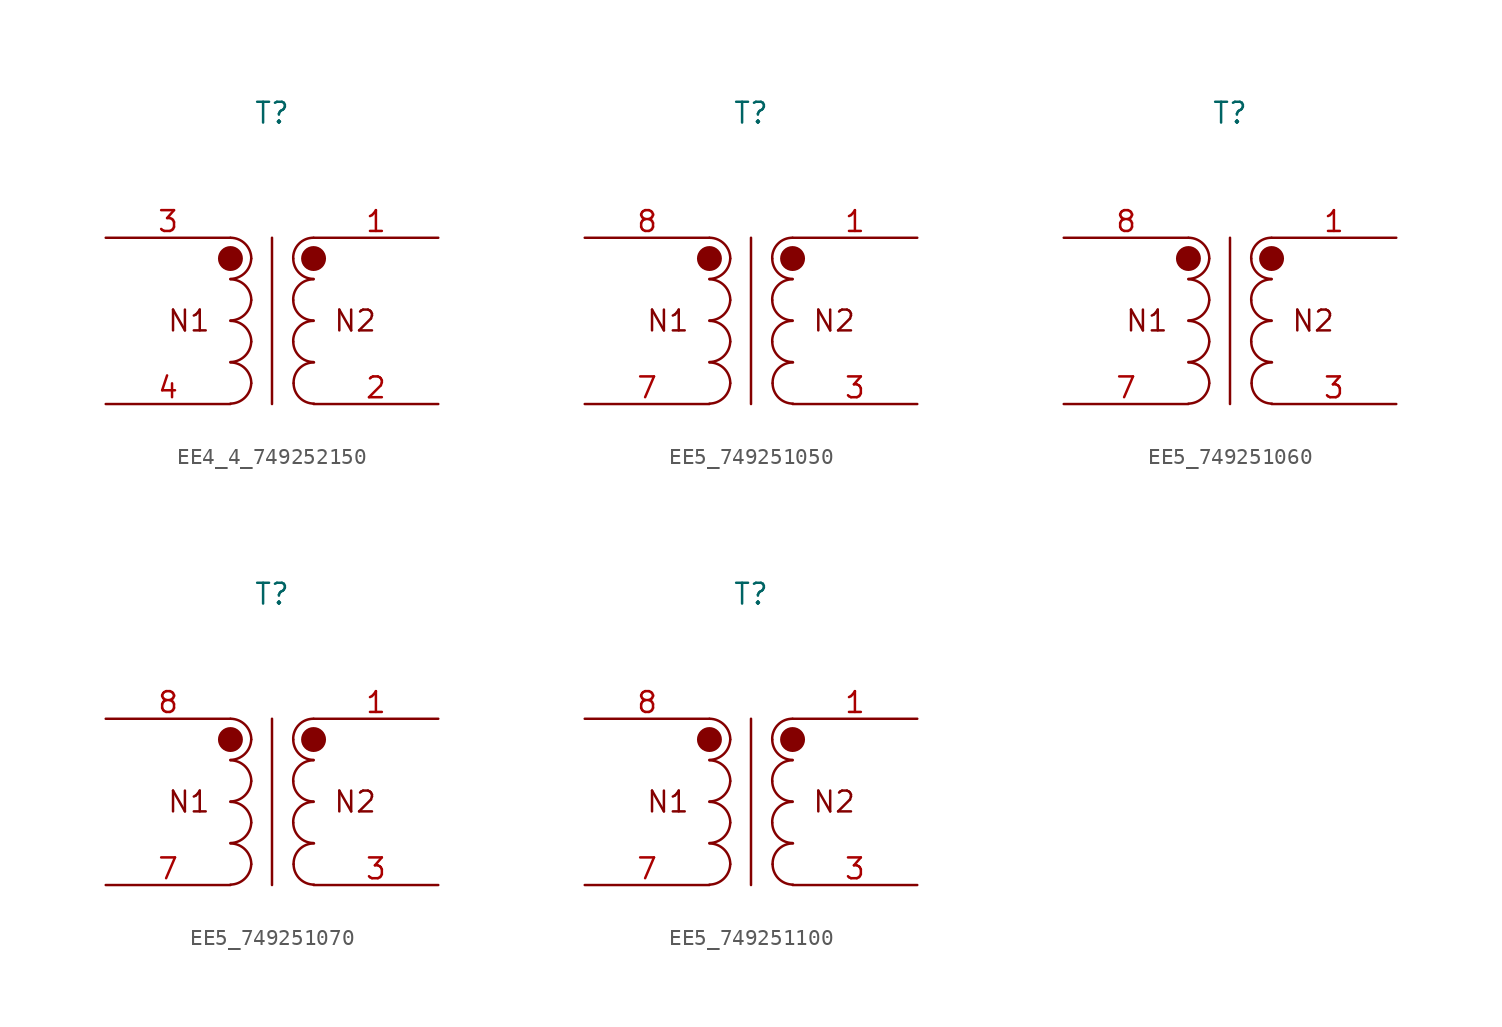
<source format=kicad_sym>
(kicad_symbol_lib
  (version 20220914)
  (generator kicad_symbol_editor)
  (symbol "EE4_4_749252150"
    (pin_names hide)
    (property "Reference" "T"
      (at 0 12.7 0)
      (effects (font (size 1.27 1.27))))
    (property "Critical Parameter" ""
      (at 0 -5.08 0)
      (effects (font (size 1.27 1.27))))
    (symbol "EE4_4_749252150_0_1"
      (arc (start -2.54 -5.0546) (mid -1.6599 -4.6901) (end -1.27 -3.81) (stroke (width 0) (type default)) (fill (type none)))
      (arc (start -2.54 -2.5146) (mid -1.6599 -2.1501) (end -1.27 -1.27) (stroke (width 0) (type default)) (fill (type none)))
      (arc (start -2.54 0.0254) (mid -1.6599 0.3899) (end -1.27 1.27) (stroke (width 0) (type default)) (fill (type none)))
      (arc (start -2.54 2.5654) (mid -1.6599 2.9299) (end -1.27 3.81) (stroke (width 0) (type default)) (fill (type none)))
      (arc (start -1.27 -3.81) (mid -1.642 -2.912) (end -2.54 -2.54) (stroke (width 0) (type default)) (fill (type none)))
      (arc (start -1.27 -1.27) (mid -1.642 -0.372) (end -2.54 0) (stroke (width 0) (type default)) (fill (type none)))
      (arc (start -1.27 1.27) (mid -1.642 2.168) (end -2.54 2.54) (stroke (width 0) (type default)) (fill (type none)))
      (arc (start -1.27 3.81) (mid -1.642 4.708) (end -2.54 5.08) (stroke (width 0) (type default)) (fill (type none)))
      (polyline (pts (xy 0 5.08) (xy 0 -5.08)) (stroke (width 0) (type default)) (fill (type none)))
      (arc (start 1.2954 -1.27) (mid 1.6599 -2.1501) (end 2.54 -2.5146) (stroke (width 0) (type default)) (fill (type none)))
      (arc (start 1.2954 1.27) (mid 1.6599 0.3899) (end 2.54 0.0254) (stroke (width 0) (type default)) (fill (type none)))
      (arc (start 1.2954 3.81) (mid 1.6599 2.9299) (end 2.54 2.5654) (stroke (width 0) (type default)) (fill (type none)))
      (arc (start 1.3208 -3.81) (mid 1.6853 -4.6901) (end 2.5654 -5.0546) (stroke (width 0) (type default)) (fill (type none)))
      (arc (start 2.54 0) (mid 1.642 -0.372) (end 1.2954 -1.27) (stroke (width 0) (type default)) (fill (type none)))
      (arc (start 2.54 2.54) (mid 1.642 2.168) (end 1.2954 1.27) (stroke (width 0) (type default)) (fill (type none)))
      (arc (start 2.54 5.08) (mid 1.642 4.708) (end 1.2954 3.81) (stroke (width 0) (type default)) (fill (type none)))
      (arc (start 2.5654 -2.54) (mid 1.6674 -2.912) (end 1.3208 -3.81) (stroke (width 0) (type default)) (fill (type none))))
    (symbol "EE4_4_749252150_1_1"
      (circle (center -2.54 3.81) (radius 0.0001) (stroke (width 0.762) (type default)) (fill (type none)))
      (circle (center 2.54 3.81) (radius 0.0001) (stroke (width 0.762) (type default)) (fill (type none)))
      (text "N1" (at -5.08 0 0) (effects (font (size 1.27 1.27))))
      (text "N2" (at 5.08 0 0) (effects (font (size 1.27 1.27))))
      (pin passive line (at -10.16 5.08 0) (length 7.62) (name "3" (effects (font (size 1.27 1.27)))) (number "3" (effects (font (size 1.27 1.27)))))
      (pin passive line (at -10.16 -5.08 0) (length 7.62) (name "4" (effects (font (size 1.27 1.27)))) (number "4" (effects (font (size 1.27 1.27)))))
      (pin passive line (at 10.16 -5.08 180) (length 7.62) (name "2" (effects (font (size 1.27 1.27)))) (number "2" (effects (font (size 1.27 1.27)))))
      (pin passive line (at 10.16 5.08 180) (length 7.62) (name "1" (effects (font (size 1.27 1.27)))) (number "1" (effects (font (size 1.27 1.27)))))))
  (symbol "EE5_749251050"
    (pin_names hide)
    (property "Reference" "T"
      (at 0 12.7 0)
      (effects (font (size 1.27 1.27))))
    (property "Critical Parameter" ""
      (at 0 -5.08 0)
      (effects (font (size 1.27 1.27))))
    (symbol "EE5_749251050_0_1"
      (arc (start -2.54 -5.0546) (mid -1.6599 -4.6901) (end -1.27 -3.81) (stroke (width 0) (type default)) (fill (type none)))
      (arc (start -2.54 -2.5146) (mid -1.6599 -2.1501) (end -1.27 -1.27) (stroke (width 0) (type default)) (fill (type none)))
      (arc (start -2.54 0.0254) (mid -1.6599 0.3899) (end -1.27 1.27) (stroke (width 0) (type default)) (fill (type none)))
      (arc (start -2.54 2.5654) (mid -1.6599 2.9299) (end -1.27 3.81) (stroke (width 0) (type default)) (fill (type none)))
      (arc (start -1.27 -3.81) (mid -1.642 -2.912) (end -2.54 -2.54) (stroke (width 0) (type default)) (fill (type none)))
      (arc (start -1.27 -1.27) (mid -1.642 -0.372) (end -2.54 0) (stroke (width 0) (type default)) (fill (type none)))
      (arc (start -1.27 1.27) (mid -1.642 2.168) (end -2.54 2.54) (stroke (width 0) (type default)) (fill (type none)))
      (arc (start -1.27 3.81) (mid -1.642 4.708) (end -2.54 5.08) (stroke (width 0) (type default)) (fill (type none)))
      (polyline (pts (xy 0 5.08) (xy 0 -5.08)) (stroke (width 0) (type default)) (fill (type none)))
      (arc (start 1.2954 -1.27) (mid 1.6599 -2.1501) (end 2.54 -2.5146) (stroke (width 0) (type default)) (fill (type none)))
      (arc (start 1.2954 1.27) (mid 1.6599 0.3899) (end 2.54 0.0254) (stroke (width 0) (type default)) (fill (type none)))
      (arc (start 1.2954 3.81) (mid 1.6599 2.9299) (end 2.54 2.5654) (stroke (width 0) (type default)) (fill (type none)))
      (arc (start 1.3208 -3.81) (mid 1.6853 -4.6901) (end 2.5654 -5.0546) (stroke (width 0) (type default)) (fill (type none)))
      (arc (start 2.54 0) (mid 1.642 -0.372) (end 1.2954 -1.27) (stroke (width 0) (type default)) (fill (type none)))
      (arc (start 2.54 2.54) (mid 1.642 2.168) (end 1.2954 1.27) (stroke (width 0) (type default)) (fill (type none)))
      (arc (start 2.54 5.08) (mid 1.642 4.708) (end 1.2954 3.81) (stroke (width 0) (type default)) (fill (type none)))
      (arc (start 2.5654 -2.54) (mid 1.6674 -2.912) (end 1.3208 -3.81) (stroke (width 0) (type default)) (fill (type none))))
    (symbol "EE5_749251050_1_1"
      (circle (center -2.54 3.81) (radius 0.0001) (stroke (width 0.762) (type default)) (fill (type none)))
      (circle (center 2.54 3.81) (radius 0.0001) (stroke (width 0.762) (type default)) (fill (type none)))
      (text "N1" (at -5.08 0 0) (effects (font (size 1.27 1.27))))
      (text "N2" (at 5.08 0 0) (effects (font (size 1.27 1.27))))
      (pin passive line (at -10.16 5.08 0) (length 7.62) (name "8" (effects (font (size 1.27 1.27)))) (number "8" (effects (font (size 1.27 1.27)))))
      (pin passive line (at -10.16 -5.08 0) (length 7.62) (name "7" (effects (font (size 1.27 1.27)))) (number "7" (effects (font (size 1.27 1.27)))))
      (pin passive line (at 10.16 -5.08 180) (length 7.62) (name "3" (effects (font (size 1.27 1.27)))) (number "3" (effects (font (size 1.27 1.27)))))
      (pin passive line (at 10.16 5.08 180) (length 7.62) (name "1" (effects (font (size 1.27 1.27)))) (number "1" (effects (font (size 1.27 1.27)))))))
  (symbol "EE5_749251060"
    (pin_names hide)
    (property "Reference" "T"
      (at 0 12.7 0)
      (effects (font (size 1.27 1.27))))
    (property "Critical Parameter" ""
      (at 0 -5.08 0)
      (effects (font (size 1.27 1.27))))
    (symbol "EE5_749251060_0_1"
      (arc (start -2.54 -5.0546) (mid -1.6599 -4.6901) (end -1.27 -3.81) (stroke (width 0) (type default)) (fill (type none)))
      (arc (start -2.54 -2.5146) (mid -1.6599 -2.1501) (end -1.27 -1.27) (stroke (width 0) (type default)) (fill (type none)))
      (arc (start -2.54 0.0254) (mid -1.6599 0.3899) (end -1.27 1.27) (stroke (width 0) (type default)) (fill (type none)))
      (arc (start -2.54 2.5654) (mid -1.6599 2.9299) (end -1.27 3.81) (stroke (width 0) (type default)) (fill (type none)))
      (arc (start -1.27 -3.81) (mid -1.642 -2.912) (end -2.54 -2.54) (stroke (width 0) (type default)) (fill (type none)))
      (arc (start -1.27 -1.27) (mid -1.642 -0.372) (end -2.54 0) (stroke (width 0) (type default)) (fill (type none)))
      (arc (start -1.27 1.27) (mid -1.642 2.168) (end -2.54 2.54) (stroke (width 0) (type default)) (fill (type none)))
      (arc (start -1.27 3.81) (mid -1.642 4.708) (end -2.54 5.08) (stroke (width 0) (type default)) (fill (type none)))
      (polyline (pts (xy 0 5.08) (xy 0 -5.08)) (stroke (width 0) (type default)) (fill (type none)))
      (arc (start 1.2954 -1.27) (mid 1.6599 -2.1501) (end 2.54 -2.5146) (stroke (width 0) (type default)) (fill (type none)))
      (arc (start 1.2954 1.27) (mid 1.6599 0.3899) (end 2.54 0.0254) (stroke (width 0) (type default)) (fill (type none)))
      (arc (start 1.2954 3.81) (mid 1.6599 2.9299) (end 2.54 2.5654) (stroke (width 0) (type default)) (fill (type none)))
      (arc (start 1.3208 -3.81) (mid 1.6853 -4.6901) (end 2.5654 -5.0546) (stroke (width 0) (type default)) (fill (type none)))
      (arc (start 2.54 0) (mid 1.642 -0.372) (end 1.2954 -1.27) (stroke (width 0) (type default)) (fill (type none)))
      (arc (start 2.54 2.54) (mid 1.642 2.168) (end 1.2954 1.27) (stroke (width 0) (type default)) (fill (type none)))
      (arc (start 2.54 5.08) (mid 1.642 4.708) (end 1.2954 3.81) (stroke (width 0) (type default)) (fill (type none)))
      (arc (start 2.5654 -2.54) (mid 1.6674 -2.912) (end 1.3208 -3.81) (stroke (width 0) (type default)) (fill (type none))))
    (symbol "EE5_749251060_1_1"
      (circle (center -2.54 3.81) (radius 0.0001) (stroke (width 0.762) (type default)) (fill (type none)))
      (circle (center 2.54 3.81) (radius 0.0001) (stroke (width 0.762) (type default)) (fill (type none)))
      (text "N1" (at -5.08 0 0) (effects (font (size 1.27 1.27))))
      (text "N2" (at 5.08 0 0) (effects (font (size 1.27 1.27))))
      (pin passive line (at -10.16 5.08 0) (length 7.62) (name "8" (effects (font (size 1.27 1.27)))) (number "8" (effects (font (size 1.27 1.27)))))
      (pin passive line (at -10.16 -5.08 0) (length 7.62) (name "7" (effects (font (size 1.27 1.27)))) (number "7" (effects (font (size 1.27 1.27)))))
      (pin passive line (at 10.16 -5.08 180) (length 7.62) (name "3" (effects (font (size 1.27 1.27)))) (number "3" (effects (font (size 1.27 1.27)))))
      (pin passive line (at 10.16 5.08 180) (length 7.62) (name "1" (effects (font (size 1.27 1.27)))) (number "1" (effects (font (size 1.27 1.27)))))))
  (symbol "EE5_749251070"
    (pin_names hide)
    (property "Reference" "T"
      (at 0 12.7 0)
      (effects (font (size 1.27 1.27))))
    (property "Critical Parameter" ""
      (at 0 -5.08 0)
      (effects (font (size 1.27 1.27))))
    (symbol "EE5_749251070_0_1"
      (arc (start -2.54 -5.0546) (mid -1.6599 -4.6901) (end -1.27 -3.81) (stroke (width 0) (type default)) (fill (type none)))
      (arc (start -2.54 -2.5146) (mid -1.6599 -2.1501) (end -1.27 -1.27) (stroke (width 0) (type default)) (fill (type none)))
      (arc (start -2.54 0.0254) (mid -1.6599 0.3899) (end -1.27 1.27) (stroke (width 0) (type default)) (fill (type none)))
      (arc (start -2.54 2.5654) (mid -1.6599 2.9299) (end -1.27 3.81) (stroke (width 0) (type default)) (fill (type none)))
      (arc (start -1.27 -3.81) (mid -1.642 -2.912) (end -2.54 -2.54) (stroke (width 0) (type default)) (fill (type none)))
      (arc (start -1.27 -1.27) (mid -1.642 -0.372) (end -2.54 0) (stroke (width 0) (type default)) (fill (type none)))
      (arc (start -1.27 1.27) (mid -1.642 2.168) (end -2.54 2.54) (stroke (width 0) (type default)) (fill (type none)))
      (arc (start -1.27 3.81) (mid -1.642 4.708) (end -2.54 5.08) (stroke (width 0) (type default)) (fill (type none)))
      (polyline (pts (xy 0 5.08) (xy 0 -5.08)) (stroke (width 0) (type default)) (fill (type none)))
      (arc (start 1.2954 -1.27) (mid 1.6599 -2.1501) (end 2.54 -2.5146) (stroke (width 0) (type default)) (fill (type none)))
      (arc (start 1.2954 1.27) (mid 1.6599 0.3899) (end 2.54 0.0254) (stroke (width 0) (type default)) (fill (type none)))
      (arc (start 1.2954 3.81) (mid 1.6599 2.9299) (end 2.54 2.5654) (stroke (width 0) (type default)) (fill (type none)))
      (arc (start 1.3208 -3.81) (mid 1.6853 -4.6901) (end 2.5654 -5.0546) (stroke (width 0) (type default)) (fill (type none)))
      (arc (start 2.54 0) (mid 1.642 -0.372) (end 1.2954 -1.27) (stroke (width 0) (type default)) (fill (type none)))
      (arc (start 2.54 2.54) (mid 1.642 2.168) (end 1.2954 1.27) (stroke (width 0) (type default)) (fill (type none)))
      (arc (start 2.54 5.08) (mid 1.642 4.708) (end 1.2954 3.81) (stroke (width 0) (type default)) (fill (type none)))
      (arc (start 2.5654 -2.54) (mid 1.6674 -2.912) (end 1.3208 -3.81) (stroke (width 0) (type default)) (fill (type none))))
    (symbol "EE5_749251070_1_1"
      (circle (center -2.54 3.81) (radius 0.0001) (stroke (width 0.762) (type default)) (fill (type none)))
      (circle (center 2.54 3.81) (radius 0.0001) (stroke (width 0.762) (type default)) (fill (type none)))
      (text "N1" (at -5.08 0 0) (effects (font (size 1.27 1.27))))
      (text "N2" (at 5.08 0 0) (effects (font (size 1.27 1.27))))
      (pin passive line (at -10.16 5.08 0) (length 7.62) (name "8" (effects (font (size 1.27 1.27)))) (number "8" (effects (font (size 1.27 1.27)))))
      (pin passive line (at -10.16 -5.08 0) (length 7.62) (name "7" (effects (font (size 1.27 1.27)))) (number "7" (effects (font (size 1.27 1.27)))))
      (pin passive line (at 10.16 -5.08 180) (length 7.62) (name "3" (effects (font (size 1.27 1.27)))) (number "3" (effects (font (size 1.27 1.27)))))
      (pin passive line (at 10.16 5.08 180) (length 7.62) (name "1" (effects (font (size 1.27 1.27)))) (number "1" (effects (font (size 1.27 1.27)))))))
  (symbol "EE5_749251100"
    (pin_names hide)
    (property "Reference" "T"
      (at 0 12.7 0)
      (effects (font (size 1.27 1.27))))
    (property "Critical Parameter" ""
      (at 0 -5.08 0)
      (effects (font (size 1.27 1.27))))
    (symbol "EE5_749251100_0_1"
      (arc (start -2.54 -5.0546) (mid -1.6599 -4.6901) (end -1.27 -3.81) (stroke (width 0) (type default)) (fill (type none)))
      (arc (start -2.54 -2.5146) (mid -1.6599 -2.1501) (end -1.27 -1.27) (stroke (width 0) (type default)) (fill (type none)))
      (arc (start -2.54 0.0254) (mid -1.6599 0.3899) (end -1.27 1.27) (stroke (width 0) (type default)) (fill (type none)))
      (arc (start -2.54 2.5654) (mid -1.6599 2.9299) (end -1.27 3.81) (stroke (width 0) (type default)) (fill (type none)))
      (arc (start -1.27 -3.81) (mid -1.642 -2.912) (end -2.54 -2.54) (stroke (width 0) (type default)) (fill (type none)))
      (arc (start -1.27 -1.27) (mid -1.642 -0.372) (end -2.54 0) (stroke (width 0) (type default)) (fill (type none)))
      (arc (start -1.27 1.27) (mid -1.642 2.168) (end -2.54 2.54) (stroke (width 0) (type default)) (fill (type none)))
      (arc (start -1.27 3.81) (mid -1.642 4.708) (end -2.54 5.08) (stroke (width 0) (type default)) (fill (type none)))
      (polyline (pts (xy 0 5.08) (xy 0 -5.08)) (stroke (width 0) (type default)) (fill (type none)))
      (arc (start 1.2954 -1.27) (mid 1.6599 -2.1501) (end 2.54 -2.5146) (stroke (width 0) (type default)) (fill (type none)))
      (arc (start 1.2954 1.27) (mid 1.6599 0.3899) (end 2.54 0.0254) (stroke (width 0) (type default)) (fill (type none)))
      (arc (start 1.2954 3.81) (mid 1.6599 2.9299) (end 2.54 2.5654) (stroke (width 0) (type default)) (fill (type none)))
      (arc (start 1.3208 -3.81) (mid 1.6853 -4.6901) (end 2.5654 -5.0546) (stroke (width 0) (type default)) (fill (type none)))
      (arc (start 2.54 0) (mid 1.642 -0.372) (end 1.2954 -1.27) (stroke (width 0) (type default)) (fill (type none)))
      (arc (start 2.54 2.54) (mid 1.642 2.168) (end 1.2954 1.27) (stroke (width 0) (type default)) (fill (type none)))
      (arc (start 2.54 5.08) (mid 1.642 4.708) (end 1.2954 3.81) (stroke (width 0) (type default)) (fill (type none)))
      (arc (start 2.5654 -2.54) (mid 1.6674 -2.912) (end 1.3208 -3.81) (stroke (width 0) (type default)) (fill (type none))))
    (symbol "EE5_749251100_1_1"
      (circle (center -2.54 3.81) (radius 0.0001) (stroke (width 0.762) (type default)) (fill (type none)))
      (circle (center 2.54 3.81) (radius 0.0001) (stroke (width 0.762) (type default)) (fill (type none)))
      (text "N1" (at -5.08 0 0) (effects (font (size 1.27 1.27))))
      (text "N2" (at 5.08 0 0) (effects (font (size 1.27 1.27))))
      (pin passive line (at -10.16 5.08 0) (length 7.62) (name "8" (effects (font (size 1.27 1.27)))) (number "8" (effects (font (size 1.27 1.27)))))
      (pin passive line (at -10.16 -5.08 0) (length 7.62) (name "7" (effects (font (size 1.27 1.27)))) (number "7" (effects (font (size 1.27 1.27)))))
      (pin passive line (at 10.16 -5.08 180) (length 7.62) (name "3" (effects (font (size 1.27 1.27)))) (number "3" (effects (font (size 1.27 1.27)))))
      (pin passive line (at 10.16 5.08 180) (length 7.62) (name "1" (effects (font (size 1.27 1.27)))) (number "1" (effects (font (size 1.27 1.27))))))))
</source>
